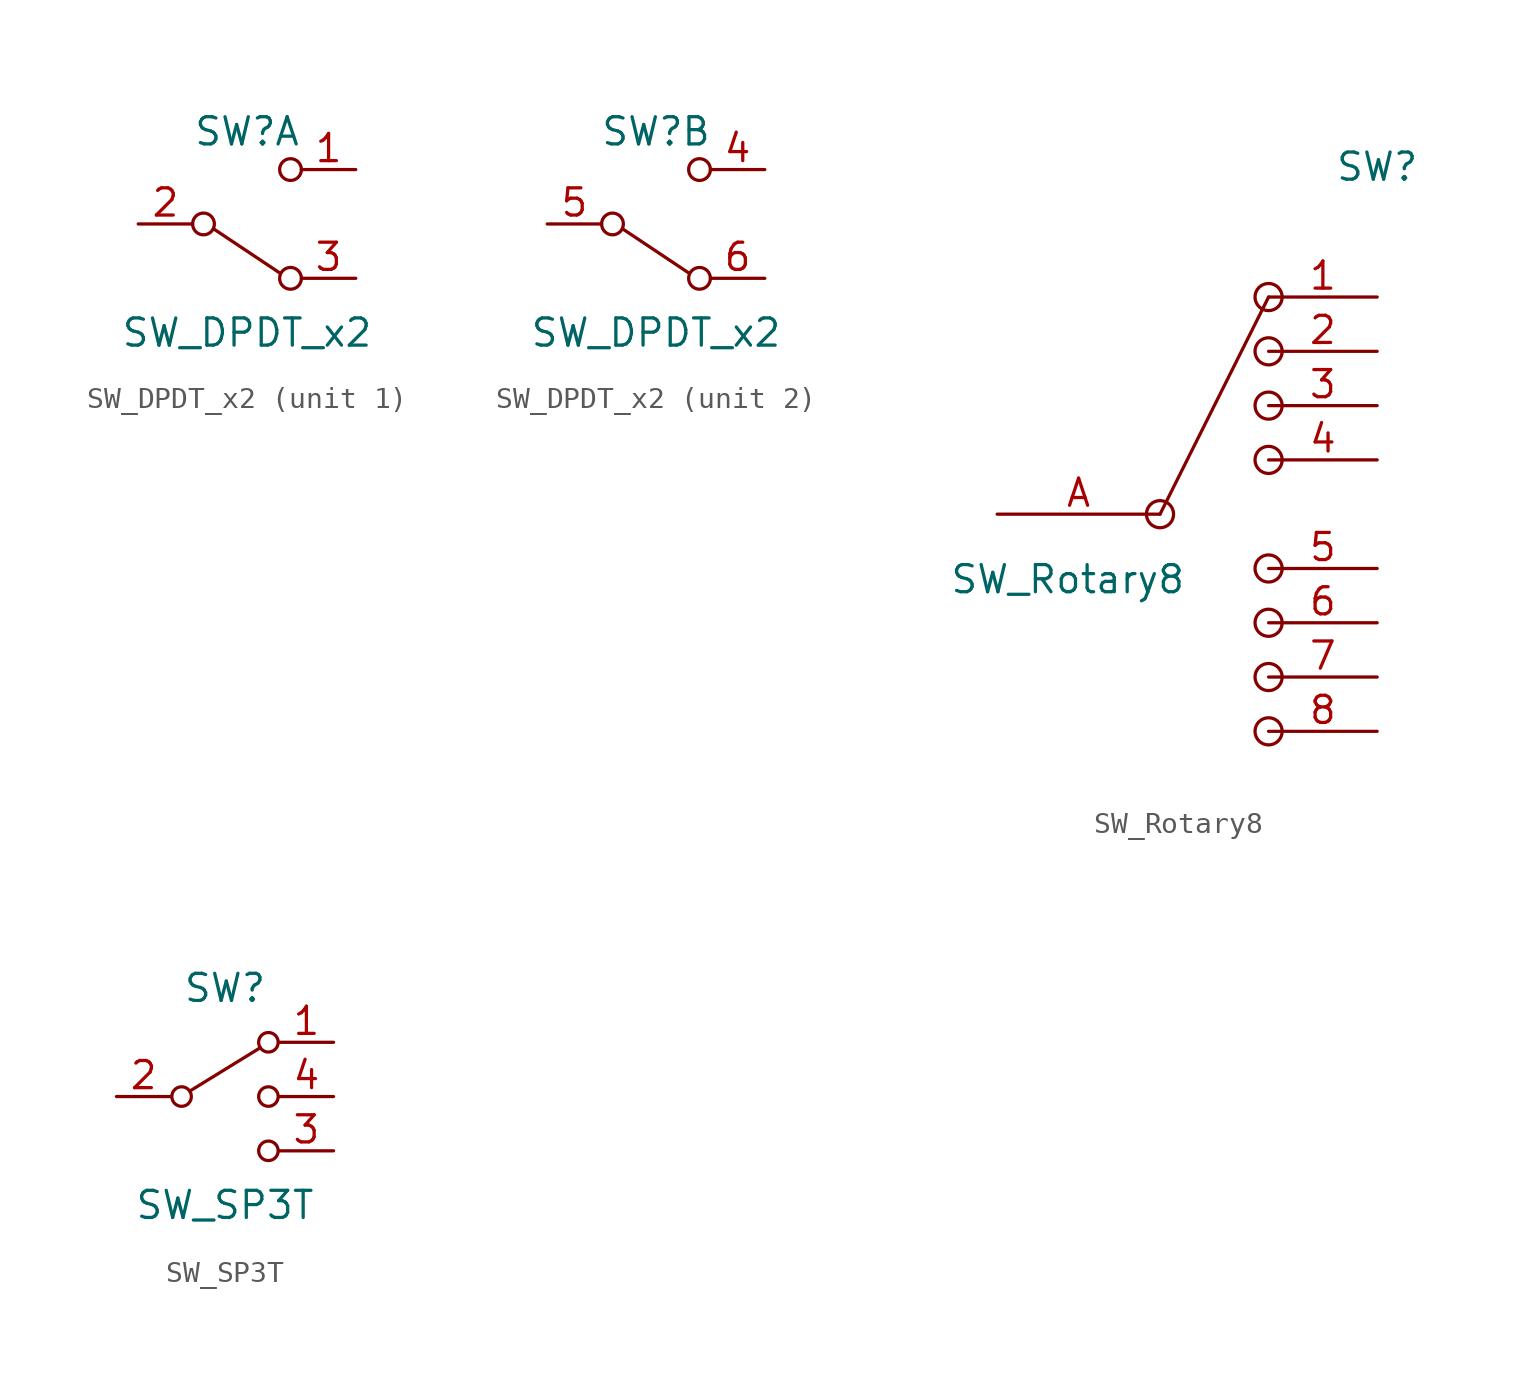
<source format=kicad_sym>
(kicad_symbol_lib
  (version 20220914)
  (generator kicad_symbol_editor)
  (symbol "SW_DPDT_x2"
    (pin_names
      (offset 0) hide)
    (property "Reference" "SW"
      (at 0 4.318 0)
      (effects (font (size 1.27 1.27))))
    (property "Value" "SW_DPDT_x2"
      (at 0 -5.08 0)
      (effects (font (size 1.27 1.27))))
    (symbol "SW_DPDT_x2_0_0"
      (circle (center -2.032 0) (radius 0.508) (stroke (width 0) (type default)) (fill (type none)))
      (circle (center 2.032 -2.54) (radius 0.508) (stroke (width 0) (type default)) (fill (type none))))
    (symbol "SW_DPDT_x2_0_1"
      (polyline (pts (xy -1.524 -0.254) (xy 1.524 -2.286)) (stroke (width 0) (type default)) (fill (type none)))
      (circle (center 2.032 2.54) (radius 0.508) (stroke (width 0) (type default)) (fill (type none))))
    (symbol "SW_DPDT_x2_1_1"
      (pin passive line (at 5.08 2.54 180) (length 2.54) (name "A" (effects (font (size 1.27 1.27)))) (number "1" (effects (font (size 1.27 1.27)))))
      (pin passive line (at -5.08 0 0) (length 2.54) (name "B" (effects (font (size 1.27 1.27)))) (number "2" (effects (font (size 1.27 1.27)))))
      (pin passive line (at 5.08 -2.54 180) (length 2.54) (name "C" (effects (font (size 1.27 1.27)))) (number "3" (effects (font (size 1.27 1.27))))))
    (symbol "SW_DPDT_x2_2_1"
      (pin passive line (at 5.08 2.54 180) (length 2.54) (name "A" (effects (font (size 1.27 1.27)))) (number "4" (effects (font (size 1.27 1.27)))))
      (pin passive line (at -5.08 0 0) (length 2.54) (name "B" (effects (font (size 1.27 1.27)))) (number "5" (effects (font (size 1.27 1.27)))))
      (pin passive line (at 5.08 -2.54 180) (length 2.54) (name "C" (effects (font (size 1.27 1.27)))) (number "6" (effects (font (size 1.27 1.27)))))))
  (symbol "SW_Rotary8"
    (pin_names
      (offset 1.016) hide)
    (property "Reference" "SW"
      (at 0 16.256 0)
      (effects (font (size 1.27 1.27))))
    (property "Value" "SW_Rotary8"
      (at -14.478 -3.048 0)
      (effects (font (size 1.27 1.27))))
    (symbol "SW_Rotary8_0_0"
      (circle (center -10.16 0) (radius 0.635) (stroke (width 0) (type default)) (fill (type none)))
      (circle (center -5.08 -10.16) (radius 0.635) (stroke (width 0) (type default)) (fill (type none)))
      (circle (center -5.08 -7.62) (radius 0.635) (stroke (width 0) (type default)) (fill (type none)))
      (circle (center -5.08 -5.08) (radius 0.635) (stroke (width 0) (type default)) (fill (type none)))
      (circle (center -5.08 -2.54) (radius 0.635) (stroke (width 0) (type default)) (fill (type none)))
      (circle (center -5.08 2.54) (radius 0.635) (stroke (width 0) (type default)) (fill (type none)))
      (circle (center -5.08 5.08) (radius 0.635) (stroke (width 0) (type default)) (fill (type none)))
      (circle (center -5.08 7.62) (radius 0.635) (stroke (width 0) (type default)) (fill (type none)))
      (circle (center -5.08 10.16) (radius 0.635) (stroke (width 0) (type default)) (fill (type none))))
    (symbol "SW_Rotary8_0_1"
      (polyline (pts (xy -5.08 10.16) (xy -10.16 0)) (stroke (width 0) (type default)) (fill (type none)))
      (pin passive line (at 0 10.16 180) (length 5.08) (name "1" (effects (font (size 1.27 1.27)))) (number "1" (effects (font (size 1.27 1.27))))))
    (symbol "SW_Rotary8_1_1"
      (pin passive line (at 0 7.62 180) (length 5.08) (name "2" (effects (font (size 1.27 1.27)))) (number "2" (effects (font (size 1.27 1.27)))))
      (pin passive line (at 0 5.08 180) (length 5.08) (name "3" (effects (font (size 1.27 1.27)))) (number "3" (effects (font (size 1.27 1.27)))))
      (pin passive line (at 0 2.54 180) (length 5.08) (name "4" (effects (font (size 1.27 1.27)))) (number "4" (effects (font (size 1.27 1.27)))))
      (pin passive line (at 0 -2.54 180) (length 5.08) (name "5" (effects (font (size 1.27 1.27)))) (number "5" (effects (font (size 1.27 1.27)))))
      (pin passive line (at 0 -5.08 180) (length 5.08) (name "6" (effects (font (size 1.27 1.27)))) (number "6" (effects (font (size 1.27 1.27)))))
      (pin passive line (at 0 -7.62 180) (length 5.08) (name "7" (effects (font (size 1.27 1.27)))) (number "7" (effects (font (size 1.27 1.27)))))
      (pin passive line (at 0 -10.16 180) (length 5.08) (name "8" (effects (font (size 1.27 1.27)))) (number "8" (effects (font (size 1.27 1.27)))))
      (pin passive line (at -17.78 0 0) (length 7.62) (name "A" (effects (font (size 1.27 1.27)))) (number "A" (effects (font (size 1.27 1.27)))))))
  (symbol "SW_SP3T"
    (pin_names
      (offset 0) hide)
    (property "Reference" "SW"
      (at 0 5.08 0)
      (effects (font (size 1.27 1.27))))
    (property "Value" "SW_SP3T"
      (at 0 -5.08 0)
      (effects (font (size 1.27 1.27))))
    (symbol "SW_SP3T_0_1"
      (circle (center -2.032 0) (radius 0.457) (stroke (width 0) (type default)) (fill (type none)))
      (polyline (pts (xy -1.651 0.254) (xy 1.651 2.286)) (stroke (width 0) (type default)) (fill (type none)))
      (circle (center 2.032 -2.54) (radius 0.457) (stroke (width 0) (type default)) (fill (type none)))
      (circle (center 2.032 0) (radius 0.457) (stroke (width 0) (type default)) (fill (type none)))
      (circle (center 2.032 2.54) (radius 0.457) (stroke (width 0) (type default)) (fill (type none))))
    (symbol "SW_SP3T_1_1"
      (pin passive line (at 5.08 2.54 180) (length 2.54) (name "1" (effects (font (size 1.27 1.27)))) (number "1" (effects (font (size 1.27 1.27)))))
      (pin passive line (at -5.08 0 0) (length 2.54) (name "2" (effects (font (size 1.27 1.27)))) (number "2" (effects (font (size 1.27 1.27)))))
      (pin passive line (at 5.08 -2.54 180) (length 2.54) (name "3" (effects (font (size 1.27 1.27)))) (number "3" (effects (font (size 1.27 1.27)))))
      (pin passive line (at 5.08 0 180) (length 2.54) (name "4" (effects (font (size 1.27 1.27)))) (number "4" (effects (font (size 1.27 1.27))))))))
</source>
